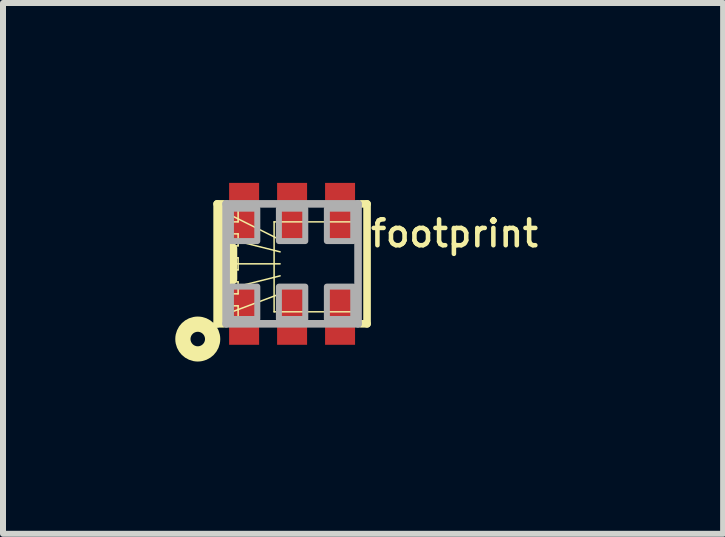
<source format=kicad_pcb>
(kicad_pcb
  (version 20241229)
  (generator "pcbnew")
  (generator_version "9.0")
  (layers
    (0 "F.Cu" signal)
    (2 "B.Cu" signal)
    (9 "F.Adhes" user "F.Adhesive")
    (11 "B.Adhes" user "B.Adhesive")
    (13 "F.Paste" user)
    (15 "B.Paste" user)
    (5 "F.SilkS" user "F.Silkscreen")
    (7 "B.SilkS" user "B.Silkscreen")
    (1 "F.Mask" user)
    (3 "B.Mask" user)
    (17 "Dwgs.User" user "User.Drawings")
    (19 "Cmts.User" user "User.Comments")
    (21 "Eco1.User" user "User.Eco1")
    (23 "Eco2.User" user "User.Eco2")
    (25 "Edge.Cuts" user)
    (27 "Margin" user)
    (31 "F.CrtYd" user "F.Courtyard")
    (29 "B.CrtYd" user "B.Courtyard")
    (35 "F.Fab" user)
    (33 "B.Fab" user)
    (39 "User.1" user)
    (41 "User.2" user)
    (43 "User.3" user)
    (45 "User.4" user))
  (footprint "footprint"
    (layer "F.Cu")
    (at 1.821 1.35)
    (property "Reference" "footprint" (at 1.27 -0.254 0) (layer "F.SilkS") (effects (font (size 0.432 0.432) (thickness 0.076)) (justify left bottom)))
    (fp_line (start -1.25 -1) (end -1.25 1) (stroke (width 0.127) (type solid)) (layer "F.SilkS"))
    (fp_line (start -1.25 1) (end -1.15 1) (stroke (width 0.127) (type solid)) (layer "F.SilkS"))
    (fp_line (start -1.15 -1) (end -1.25 -1) (stroke (width 0.127) (type solid)) (layer "F.SilkS"))
    (fp_line (start -1.143 -0.889) (end -1.143 0.889) (stroke (width 0.203) (type solid)) (layer "F.SilkS"))
    (fp_line (start -1.1 -0.9) (end -0.9 -0.9) (stroke (width 0.025) (type solid)) (layer "F.SilkS"))
    (fp_line (start -1.1 -0.7) (end -1.1 -0.9) (stroke (width 0.025) (type solid)) (layer "F.SilkS"))
    (fp_line (start -1.1 -0.5) (end -0.9 -0.5) (stroke (width 0.025) (type solid)) (layer "F.SilkS"))
    (fp_line (start -1.1 -0.3) (end -1.1 -0.5) (stroke (width 0.025) (type solid)) (layer "F.SilkS"))
    (fp_line (start -1.1 -0.1) (end -0.9 -0.1) (stroke (width 0.025) (type solid)) (layer "F.SilkS"))
    (fp_line (start -1.1 0.1) (end -1.1 -0.1) (stroke (width 0.025) (type solid)) (layer "F.SilkS"))
    (fp_line (start -1.1 0.3) (end -0.9 0.3) (stroke (width 0.025) (type solid)) (layer "F.SilkS"))
    (fp_line (start -1.1 0.5) (end -1.1 0.3) (stroke (width 0.025) (type solid)) (layer "F.SilkS"))
    (fp_line (start -1.1 0.7) (end -0.9 0.7) (stroke (width 0.025) (type solid)) (layer "F.SilkS"))
    (fp_line (start -1.1 0.9) (end -1.1 0.7) (stroke (width 0.025) (type solid)) (layer "F.SilkS"))
    (fp_line (start -1.016 -0.254) (end -1.016 0.254) (stroke (width 0.203) (type solid)) (layer "F.SilkS"))
    (fp_line (start -0.9 -0.9) (end -0.9 -0.7) (stroke (width 0.025) (type solid)) (layer "F.SilkS"))
    (fp_line (start -0.9 -0.7) (end -1.1 -0.7) (stroke (width 0.025) (type solid)) (layer "F.SilkS"))
    (fp_line (start -0.9 -0.5) (end -0.9 -0.3) (stroke (width 0.025) (type solid)) (layer "F.SilkS"))
    (fp_line (start -0.9 -0.3) (end -1.1 -0.3) (stroke (width 0.025) (type solid)) (layer "F.SilkS"))
    (fp_line (start -0.9 -0.1) (end -0.9 0.1) (stroke (width 0.025) (type solid)) (layer "F.SilkS"))
    (fp_line (start -0.9 0.1) (end -1.1 0.1) (stroke (width 0.025) (type solid)) (layer "F.SilkS"))
    (fp_line (start -0.9 0.3) (end -0.9 0.5) (stroke (width 0.025) (type solid)) (layer "F.SilkS"))
    (fp_line (start -0.9 0.5) (end -1.1 0.5) (stroke (width 0.025) (type solid)) (layer "F.SilkS"))
    (fp_line (start -0.9 0.7) (end -0.9 0.9) (stroke (width 0.025) (type solid)) (layer "F.SilkS"))
    (fp_line (start -0.9 0.9) (end -1.1 0.9) (stroke (width 0.025) (type solid)) (layer "F.SilkS"))
    (fp_line (start -0.3 -0.7) (end 1.1 -0.7) (stroke (width 0.025) (type solid)) (layer "F.SilkS"))
    (fp_line (start -0.3 0.8) (end -0.3 -0.7) (stroke (width 0.025) (type solid)) (layer "F.SilkS"))
    (fp_line (start -0.2 -0.4) (end -1 -0.8) (stroke (width 0.025) (type solid)) (layer "F.SilkS"))
    (fp_line (start -0.2 -0.2) (end -1 -0.4) (stroke (width 0.025) (type solid)) (layer "F.SilkS"))
    (fp_line (start -0.2 0) (end -1 0) (stroke (width 0.025) (type solid)) (layer "F.SilkS"))
    (fp_line (start -0.2 0.2) (end -1 0.4) (stroke (width 0.025) (type solid)) (layer "F.SilkS"))
    (fp_line (start -0.2 0.5) (end -1 0.8) (stroke (width 0.025) (type solid)) (layer "F.SilkS"))
    (fp_line (start 1.1 -0.7) (end 1.1 0.8) (stroke (width 0.025) (type solid)) (layer "F.SilkS"))
    (fp_line (start 1.1 0.8) (end -0.3 0.8) (stroke (width 0.025) (type solid)) (layer "F.SilkS"))
    (fp_line (start 1.25 -1) (end 1.15 -1) (stroke (width 0.127) (type solid)) (layer "F.SilkS"))
    (fp_line (start 1.25 -1) (end 1.25 1) (stroke (width 0.127) (type solid)) (layer "F.SilkS"))
    (fp_line (start 1.25 1) (end 1.15 1) (stroke (width 0.127) (type solid)) (layer "F.SilkS"))
    (fp_circle (center -1.573 1.254) (end -1.452 1.254) (stroke (width 0.254) (type solid)) (fill no) (layer "F.SilkS"))
    (fp_line (start -1.1 -1) (end 1.1 -1) (stroke (width 0.127) (type solid)) (layer "F.Fab"))
    (fp_line (start -1.1 1) (end -1.1 -1) (stroke (width 0.127) (type solid)) (layer "F.Fab"))
    (fp_line (start 1.1 -1) (end 1.1 1) (stroke (width 0.127) (type solid)) (layer "F.Fab"))
    (fp_line (start 1.1 1) (end -1.1 1) (stroke (width 0.127) (type solid)) (layer "F.Fab"))
    (fp_poly (pts (xy -0.58 -0.38) (xy -0.58 -0.92) (xy -1.02 -0.92) (xy -1.02 -0.38)) (stroke (width 0.1) (type solid)) (fill no) (layer "F.Fab"))
    (fp_poly (pts (xy -0.58 0.92) (xy -0.58 0.38) (xy -1.02 0.38) (xy -1.02 0.92)) (stroke (width 0.1) (type solid)) (fill no) (layer "F.Fab"))
    (fp_poly (pts (xy 0.22 -0.38) (xy 0.22 -0.92) (xy -0.22 -0.92) (xy -0.22 -0.38)) (stroke (width 0.1) (type solid)) (fill no) (layer "F.Fab"))
    (fp_poly (pts (xy 0.22 0.92) (xy 0.22 0.38) (xy -0.22 0.38) (xy -0.22 0.92)) (stroke (width 0.1) (type solid)) (fill no) (layer "F.Fab"))
    (fp_poly (pts (xy 1.02 -0.38) (xy 1.02 -0.92) (xy 0.58 -0.92) (xy 0.58 -0.38)) (stroke (width 0.1) (type solid)) (fill no) (layer "F.Fab"))
    (fp_poly (pts (xy 1.02 0.92) (xy 1.02 0.38) (xy 0.58 0.38) (xy 0.58 0.92)) (stroke (width 0.1) (type solid)) (fill no) (layer "F.Fab"))
    (pad "1" smd rect (at -0.8 0.85 90) (size 1 0.5) (layers "F.Cu" "F.Mask" "F.Paste"))
    (pad "2" smd rect (at 0 0.85 90) (size 1 0.5) (layers "F.Cu" "F.Mask" "F.Paste"))
    (pad "3" smd rect (at 0.8 0.85 90) (size 1 0.5) (layers "F.Cu" "F.Mask" "F.Paste"))
    (pad "4" smd rect (at 0.8 -0.85 90) (size 1 0.5) (layers "F.Cu" "F.Mask" "F.Paste"))
    (pad "5" smd rect (at 0 -0.85 90) (size 1 0.5) (layers "F.Cu" "F.Mask" "F.Paste"))
    (pad "6" smd rect (at -0.8 -0.85 90) (size 1 0.5) (layers "F.Cu" "F.Mask" "F.Paste")))
  (gr_rect
    (start -3 -3)
    (end 9.009 5.852)
    (stroke (width 0.1) (type default))
    (fill no)
    (layer "Edge.Cuts")))
</source>
